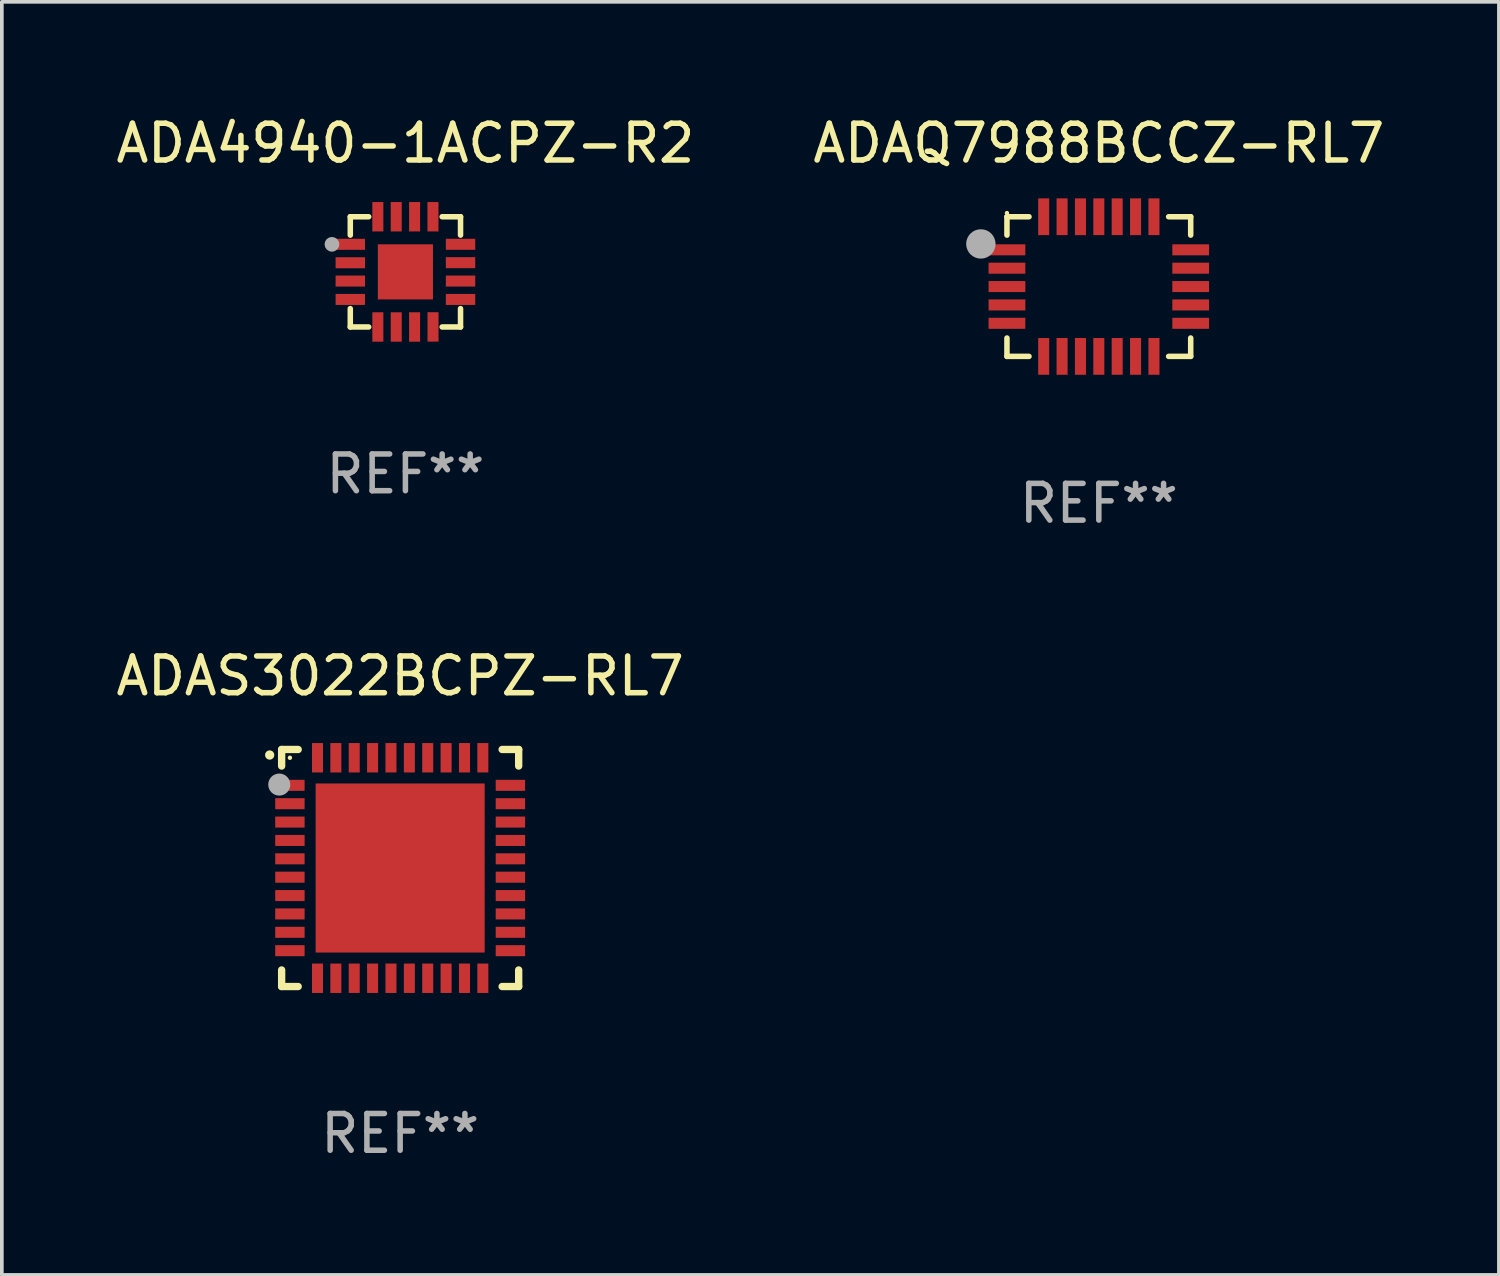
<source format=kicad_pcb>
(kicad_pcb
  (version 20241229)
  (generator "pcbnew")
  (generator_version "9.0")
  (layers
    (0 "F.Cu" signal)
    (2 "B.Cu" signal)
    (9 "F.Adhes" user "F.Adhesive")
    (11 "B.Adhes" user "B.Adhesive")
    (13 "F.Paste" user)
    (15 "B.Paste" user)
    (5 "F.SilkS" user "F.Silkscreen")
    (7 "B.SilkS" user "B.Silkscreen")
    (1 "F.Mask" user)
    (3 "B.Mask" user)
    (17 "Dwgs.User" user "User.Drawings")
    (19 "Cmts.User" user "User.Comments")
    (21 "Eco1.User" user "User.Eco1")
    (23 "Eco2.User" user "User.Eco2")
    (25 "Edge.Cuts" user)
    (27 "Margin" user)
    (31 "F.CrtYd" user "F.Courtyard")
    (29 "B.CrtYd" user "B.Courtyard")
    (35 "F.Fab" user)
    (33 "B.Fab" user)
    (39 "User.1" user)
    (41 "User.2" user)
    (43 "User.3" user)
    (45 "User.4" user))
  (footprint "ADA4940-1ACPZ-R2"
    (layer "F.Cu")
    (at 7.982 4.348)
    (property "Reference" "ADA4940-1ACPZ-R2" (at 0 -3.5 0) (layer "F.SilkS") (effects (font (size 1 1) (thickness 0.15))))
    (attr through_hole)
    (fp_line (start -1.5 -1.5) (end -1 -1.5) (stroke (width 0.15) (type solid)) (layer "F.SilkS"))
    (fp_line (start -1.5 -1) (end -1.5 -1.5) (stroke (width 0.15) (type solid)) (layer "F.SilkS"))
    (fp_line (start -1.5 1) (end -1.5 1.5) (stroke (width 0.15) (type solid)) (layer "F.SilkS"))
    (fp_line (start -1.5 1.5) (end -1 1.5) (stroke (width 0.15) (type solid)) (layer "F.SilkS"))
    (fp_line (start 1 -1.5) (end 1.5 -1.5) (stroke (width 0.15) (type solid)) (layer "F.SilkS"))
    (fp_line (start 1 1.5) (end 1.5 1.5) (stroke (width 0.15) (type solid)) (layer "F.SilkS"))
    (fp_line (start 1.5 -1.5) (end 1.5 -1) (stroke (width 0.15) (type solid)) (layer "F.SilkS"))
    (fp_line (start 1.5 1.5) (end 1.5 1) (stroke (width 0.15) (type solid)) (layer "F.SilkS"))
    (fp_arc (start -2.082931 -0.784989) (mid -2.082937 -0.786259) (end -2.082931 -0.787529) (stroke (width 0.150114) (type solid)) (layer "F.SilkS"))
    (fp_circle (center -1.5 -1.5) (end -1.47 -1.5) (stroke (width 0.06) (type solid)) (fill no) (layer "F.SilkS"))
    (fp_circle (center -2 -0.75) (end -1.9 -0.75) (stroke (width 0.2) (type solid)) (fill no) (layer "F.Fab"))
    (fp_text user "REF**" (at 0 5.5 0) (layer "F.Fab") (effects (font (size 1 1) (thickness 0.15))))
    (pad "1" smd rect (at -1.5 -0.75 90) (size 0.3 0.8) (layers "F.Cu" "F.Mask" "F.Paste"))
    (pad "2" smd rect (at -1.5 -0.248 90) (size 0.3 0.8) (layers "F.Cu" "F.Mask" "F.Paste"))
    (pad "3" smd rect (at -1.5 0.25 90) (size 0.3 0.8) (layers "F.Cu" "F.Mask" "F.Paste"))
    (pad "4" smd rect (at -1.5 0.75 90) (size 0.3 0.8) (layers "F.Cu" "F.Mask" "F.Paste"))
    (pad "5" smd rect (at -0.75 1.5) (size 0.3 0.8) (layers "F.Cu" "F.Mask" "F.Paste"))
    (pad "6" smd rect (at -0.25 1.5) (size 0.3 0.8) (layers "F.Cu" "F.Mask" "F.Paste"))
    (pad "7" smd rect (at 0.25 1.5) (size 0.3 0.8) (layers "F.Cu" "F.Mask" "F.Paste"))
    (pad "8" smd rect (at 0.751 1.498) (size 0.3 0.8) (layers "F.Cu" "F.Mask" "F.Paste"))
    (pad "9" smd rect (at 1.5 0.75 90) (size 0.3 0.8) (layers "F.Cu" "F.Mask" "F.Paste"))
    (pad "10" smd rect (at 1.5 0.25 90) (size 0.3 0.8) (layers "F.Cu" "F.Mask" "F.Paste"))
    (pad "11" smd rect (at 1.5 -0.25 90) (size 0.3 0.8) (layers "F.Cu" "F.Mask" "F.Paste"))
    (pad "12" smd rect (at 1.5 -0.75 90) (size 0.3 0.8) (layers "F.Cu" "F.Mask" "F.Paste"))
    (pad "13" smd rect (at 0.75 -1.5) (size 0.3 0.8) (layers "F.Cu" "F.Mask" "F.Paste"))
    (pad "14" smd rect (at 0.25 -1.5) (size 0.3 0.8) (layers "F.Cu" "F.Mask" "F.Paste"))
    (pad "15" smd rect (at -0.25 -1.5) (size 0.3 0.8) (layers "F.Cu" "F.Mask" "F.Paste"))
    (pad "16" smd rect (at -0.75 -1.5) (size 0.3 0.8) (layers "F.Cu" "F.Mask" "F.Paste"))
    (pad "17" smd rect (at -0.000127 -0.000127 90) (size 1.5 1.5) (layers "F.Cu" "F.Mask" "F.Paste")))
  (footprint "ADAS3022BCPZ-RL7"
    (layer "F.Cu")
    (at 7.839 20.57)
    (property "Reference" "ADAS3022BCPZ-RL7" (at 0 -5.225 0) (layer "F.SilkS") (effects (font (size 1 1) (thickness 0.15))))
    (attr through_hole)
    (fp_line (start -3.225 -3.225) (end -2.775 -3.225) (stroke (width 0.2) (type solid)) (layer "F.SilkS"))
    (fp_line (start -3.225 -2.775) (end -3.225 -3.225) (stroke (width 0.2) (type solid)) (layer "F.SilkS"))
    (fp_line (start -3.225 2.775) (end -3.225 3.225) (stroke (width 0.2) (type solid)) (layer "F.SilkS"))
    (fp_line (start -3.225 3.225) (end -2.775 3.225) (stroke (width 0.2) (type solid)) (layer "F.SilkS"))
    (fp_line (start 2.775 -3.225) (end 3.225 -3.225) (stroke (width 0.2) (type solid)) (layer "F.SilkS"))
    (fp_line (start 2.775 3.225) (end 3.225 3.225) (stroke (width 0.2) (type solid)) (layer "F.SilkS"))
    (fp_line (start 3.225 -3.225) (end 3.225 -2.775) (stroke (width 0.2) (type solid)) (layer "F.SilkS"))
    (fp_line (start 3.225 3.225) (end 3.225 2.775) (stroke (width 0.2) (type solid)) (layer "F.SilkS"))
    (fp_arc (start -3.55094 -3.073406) (mid -3.550946 -3.074676) (end -3.55094 -3.075946) (stroke (width 0.25) (type solid)) (layer "F.SilkS"))
    (fp_circle (center -3 -3) (end -2.97 -3) (stroke (width 0.06) (type solid)) (fill no) (layer "F.SilkS"))
    (fp_circle (center -3.29 -2.27) (end -3.14 -2.27) (stroke (width 0.3) (type solid)) (fill no) (layer "F.Fab"))
    (fp_text user "REF**" (at 0 7.225 0) (layer "F.Fab") (effects (font (size 1 1) (thickness 0.15))))
    (pad "1" smd rect (at -3 -2.25) (size 0.8 0.3) (layers "F.Cu" "F.Mask" "F.Paste"))
    (pad "2" smd rect (at -3 -1.75) (size 0.8 0.3) (layers "F.Cu" "F.Mask" "F.Paste"))
    (pad "3" smd rect (at -3 -1.25) (size 0.8 0.3) (layers "F.Cu" "F.Mask" "F.Paste"))
    (pad "4" smd rect (at -3 -0.75) (size 0.8 0.3) (layers "F.Cu" "F.Mask" "F.Paste"))
    (pad "5" smd rect (at -3 -0.25) (size 0.8 0.3) (layers "F.Cu" "F.Mask" "F.Paste"))
    (pad "6" smd rect (at -3 0.25) (size 0.8 0.3) (layers "F.Cu" "F.Mask" "F.Paste"))
    (pad "7" smd rect (at -3 0.75) (size 0.8 0.3) (layers "F.Cu" "F.Mask" "F.Paste"))
    (pad "8" smd rect (at -3 1.25) (size 0.8 0.3) (layers "F.Cu" "F.Mask" "F.Paste"))
    (pad "9" smd rect (at -3 1.75) (size 0.8 0.3) (layers "F.Cu" "F.Mask" "F.Paste"))
    (pad "10" smd rect (at -3 2.25) (size 0.8 0.3) (layers "F.Cu" "F.Mask" "F.Paste"))
    (pad "11" smd rect (at -2.25 3) (size 0.3 0.8) (layers "F.Cu" "F.Mask" "F.Paste"))
    (pad "12" smd rect (at -1.75 3) (size 0.3 0.8) (layers "F.Cu" "F.Mask" "F.Paste"))
    (pad "13" smd rect (at -1.25 3) (size 0.3 0.8) (layers "F.Cu" "F.Mask" "F.Paste"))
    (pad "14" smd rect (at -0.75 3) (size 0.3 0.8) (layers "F.Cu" "F.Mask" "F.Paste"))
    (pad "15" smd rect (at -0.25 3) (size 0.3 0.8) (layers "F.Cu" "F.Mask" "F.Paste"))
    (pad "16" smd rect (at 0.25 3) (size 0.3 0.8) (layers "F.Cu" "F.Mask" "F.Paste"))
    (pad "17" smd rect (at 0.75 3) (size 0.3 0.8) (layers "F.Cu" "F.Mask" "F.Paste"))
    (pad "18" smd rect (at 1.25 3) (size 0.3 0.8) (layers "F.Cu" "F.Mask" "F.Paste"))
    (pad "19" smd rect (at 1.75 3) (size 0.3 0.8) (layers "F.Cu" "F.Mask" "F.Paste"))
    (pad "20" smd rect (at 2.25 3) (size 0.3 0.8) (layers "F.Cu" "F.Mask" "F.Paste"))
    (pad "21" smd rect (at 3 2.25) (size 0.8 0.3) (layers "F.Cu" "F.Mask" "F.Paste"))
    (pad "22" smd rect (at 3 1.75) (size 0.8 0.3) (layers "F.Cu" "F.Mask" "F.Paste"))
    (pad "23" smd rect (at 3 1.25) (size 0.8 0.3) (layers "F.Cu" "F.Mask" "F.Paste"))
    (pad "24" smd rect (at 3 0.75) (size 0.8 0.3) (layers "F.Cu" "F.Mask" "F.Paste"))
    (pad "25" smd rect (at 3 0.25) (size 0.8 0.3) (layers "F.Cu" "F.Mask" "F.Paste"))
    (pad "26" smd rect (at 3 -0.25) (size 0.8 0.3) (layers "F.Cu" "F.Mask" "F.Paste"))
    (pad "27" smd rect (at 3 -0.75) (size 0.8 0.3) (layers "F.Cu" "F.Mask" "F.Paste"))
    (pad "28" smd rect (at 3 -1.25) (size 0.8 0.3) (layers "F.Cu" "F.Mask" "F.Paste"))
    (pad "29" smd rect (at 3 -1.75) (size 0.8 0.3) (layers "F.Cu" "F.Mask" "F.Paste"))
    (pad "30" smd rect (at 3 -2.25) (size 0.8 0.3) (layers "F.Cu" "F.Mask" "F.Paste"))
    (pad "31" smd rect (at 2.25 -3) (size 0.3 0.8) (layers "F.Cu" "F.Mask" "F.Paste"))
    (pad "32" smd rect (at 1.75 -3) (size 0.3 0.8) (layers "F.Cu" "F.Mask" "F.Paste"))
    (pad "33" smd rect (at 1.25 -3) (size 0.3 0.8) (layers "F.Cu" "F.Mask" "F.Paste"))
    (pad "34" smd rect (at 0.75 -3) (size 0.3 0.8) (layers "F.Cu" "F.Mask" "F.Paste"))
    (pad "35" smd rect (at 0.25 -3) (size 0.3 0.8) (layers "F.Cu" "F.Mask" "F.Paste"))
    (pad "36" smd rect (at -0.25 -3) (size 0.3 0.8) (layers "F.Cu" "F.Mask" "F.Paste"))
    (pad "37" smd rect (at -0.75 -3) (size 0.3 0.8) (layers "F.Cu" "F.Mask" "F.Paste"))
    (pad "38" smd rect (at -1.25 -3) (size 0.3 0.8) (layers "F.Cu" "F.Mask" "F.Paste"))
    (pad "39" smd rect (at -1.75 -3) (size 0.3 0.8) (layers "F.Cu" "F.Mask" "F.Paste"))
    (pad "40" smd rect (at -2.25 -3) (size 0.3 0.8) (layers "F.Cu" "F.Mask" "F.Paste"))
    (pad "41" smd rect (at -0.000013 0) (size 4.6 4.6) (layers "F.Cu" "F.Mask" "F.Paste")))
  (footprint "ADAQ7988BCCZ-RL7"
    (layer "F.Cu")
    (at 26.851 4.748)
    (property "Reference" "ADAQ7988BCCZ-RL7" (at 0 -3.9 0) (layer "F.SilkS") (effects (font (size 1 1) (thickness 0.15))))
    (attr through_hole)
    (fp_line (start -2.5 -1.9) (end -2.5 -1.4) (stroke (width 0.15) (type solid)) (layer "F.SilkS"))
    (fp_line (start -2.5 1.4) (end -2.5 1.9) (stroke (width 0.15) (type solid)) (layer "F.SilkS"))
    (fp_line (start -2.5 1.9) (end -1.9 1.9) (stroke (width 0.15) (type solid)) (layer "F.SilkS"))
    (fp_line (start -1.9 -1.9) (end -2.5 -1.9) (stroke (width 0.15) (type solid)) (layer "F.SilkS"))
    (fp_line (start 2.5 -1.9) (end 1.9 -1.9) (stroke (width 0.15) (type solid)) (layer "F.SilkS"))
    (fp_line (start 2.5 -1.4) (end 2.5 -1.9) (stroke (width 0.15) (type solid)) (layer "F.SilkS"))
    (fp_line (start 2.5 1.4) (end 2.5 1.9) (stroke (width 0.15) (type solid)) (layer "F.SilkS"))
    (fp_line (start 2.5 1.9) (end 1.9 1.9) (stroke (width 0.15) (type solid)) (layer "F.SilkS"))
    (fp_circle (center -2.5 -2) (end -2.47 -2) (stroke (width 0.06) (type solid)) (fill no) (layer "F.SilkS"))
    (fp_circle (center -3.21 -1.16) (end -3.01 -1.16) (stroke (width 0.4) (type solid)) (fill no) (layer "F.Fab"))
    (fp_text user "REF**" (at 0 5.9 0) (layer "F.Fab") (effects (font (size 1 1) (thickness 0.15))))
    (pad "1" smd rect (at -2.5 -1) (size 1 0.3) (layers "F.Cu" "F.Mask" "F.Paste"))
    (pad "2" smd rect (at -2.5 -0.5) (size 1 0.3) (layers "F.Cu" "F.Mask" "F.Paste"))
    (pad "3" smd rect (at -2.5 0) (size 1 0.3) (layers "F.Cu" "F.Mask" "F.Paste"))
    (pad "4" smd rect (at -2.5 0.5) (size 1 0.3) (layers "F.Cu" "F.Mask" "F.Paste"))
    (pad "5" smd rect (at -2.5 1) (size 1 0.3) (layers "F.Cu" "F.Mask" "F.Paste"))
    (pad "6" smd rect (at -1.5 1.9) (size 0.3 1) (layers "F.Cu" "F.Mask" "F.Paste"))
    (pad "7" smd rect (at -1 1.9) (size 0.3 1) (layers "F.Cu" "F.Mask" "F.Paste"))
    (pad "8" smd rect (at -0.5 1.9) (size 0.3 1) (layers "F.Cu" "F.Mask" "F.Paste"))
    (pad "9" smd rect (at 0 1.9) (size 0.3 1) (layers "F.Cu" "F.Mask" "F.Paste"))
    (pad "10" smd rect (at 0.5 1.9) (size 0.3 1) (layers "F.Cu" "F.Mask" "F.Paste"))
    (pad "11" smd rect (at 1 1.9) (size 0.3 1) (layers "F.Cu" "F.Mask" "F.Paste"))
    (pad "12" smd rect (at 1.5 1.9) (size 0.3 1) (layers "F.Cu" "F.Mask" "F.Paste"))
    (pad "13" smd rect (at 2.5 1) (size 1 0.3) (layers "F.Cu" "F.Mask" "F.Paste"))
    (pad "14" smd rect (at 2.5 0.5) (size 1 0.3) (layers "F.Cu" "F.Mask" "F.Paste"))
    (pad "15" smd rect (at 2.5 0) (size 1 0.3) (layers "F.Cu" "F.Mask" "F.Paste"))
    (pad "16" smd rect (at 2.5 -0.5) (size 1 0.3) (layers "F.Cu" "F.Mask" "F.Paste"))
    (pad "17" smd rect (at 2.5 -1) (size 1 0.3) (layers "F.Cu" "F.Mask" "F.Paste"))
    (pad "18" smd rect (at 1.5 -1.9) (size 0.3 1) (layers "F.Cu" "F.Mask" "F.Paste"))
    (pad "19" smd rect (at 1 -1.9) (size 0.3 1) (layers "F.Cu" "F.Mask" "F.Paste"))
    (pad "20" smd rect (at 0.5 -1.9) (size 0.3 1) (layers "F.Cu" "F.Mask" "F.Paste"))
    (pad "21" smd rect (at 0 -1.9) (size 0.3 1) (layers "F.Cu" "F.Mask" "F.Paste"))
    (pad "22" smd rect (at -0.5 -1.9) (size 0.3 1) (layers "F.Cu" "F.Mask" "F.Paste"))
    (pad "23" smd rect (at -1 -1.9) (size 0.3 1) (layers "F.Cu" "F.Mask" "F.Paste"))
    (pad "24" smd rect (at -1.5 -1.9) (size 0.3 1) (layers "F.Cu" "F.Mask" "F.Paste")))
  (gr_rect
    (start -3 -3)
    (end 37.738 31.643)
    (stroke (width 0.1) (type default))
    (fill no)
    (layer "Edge.Cuts")))
</source>
